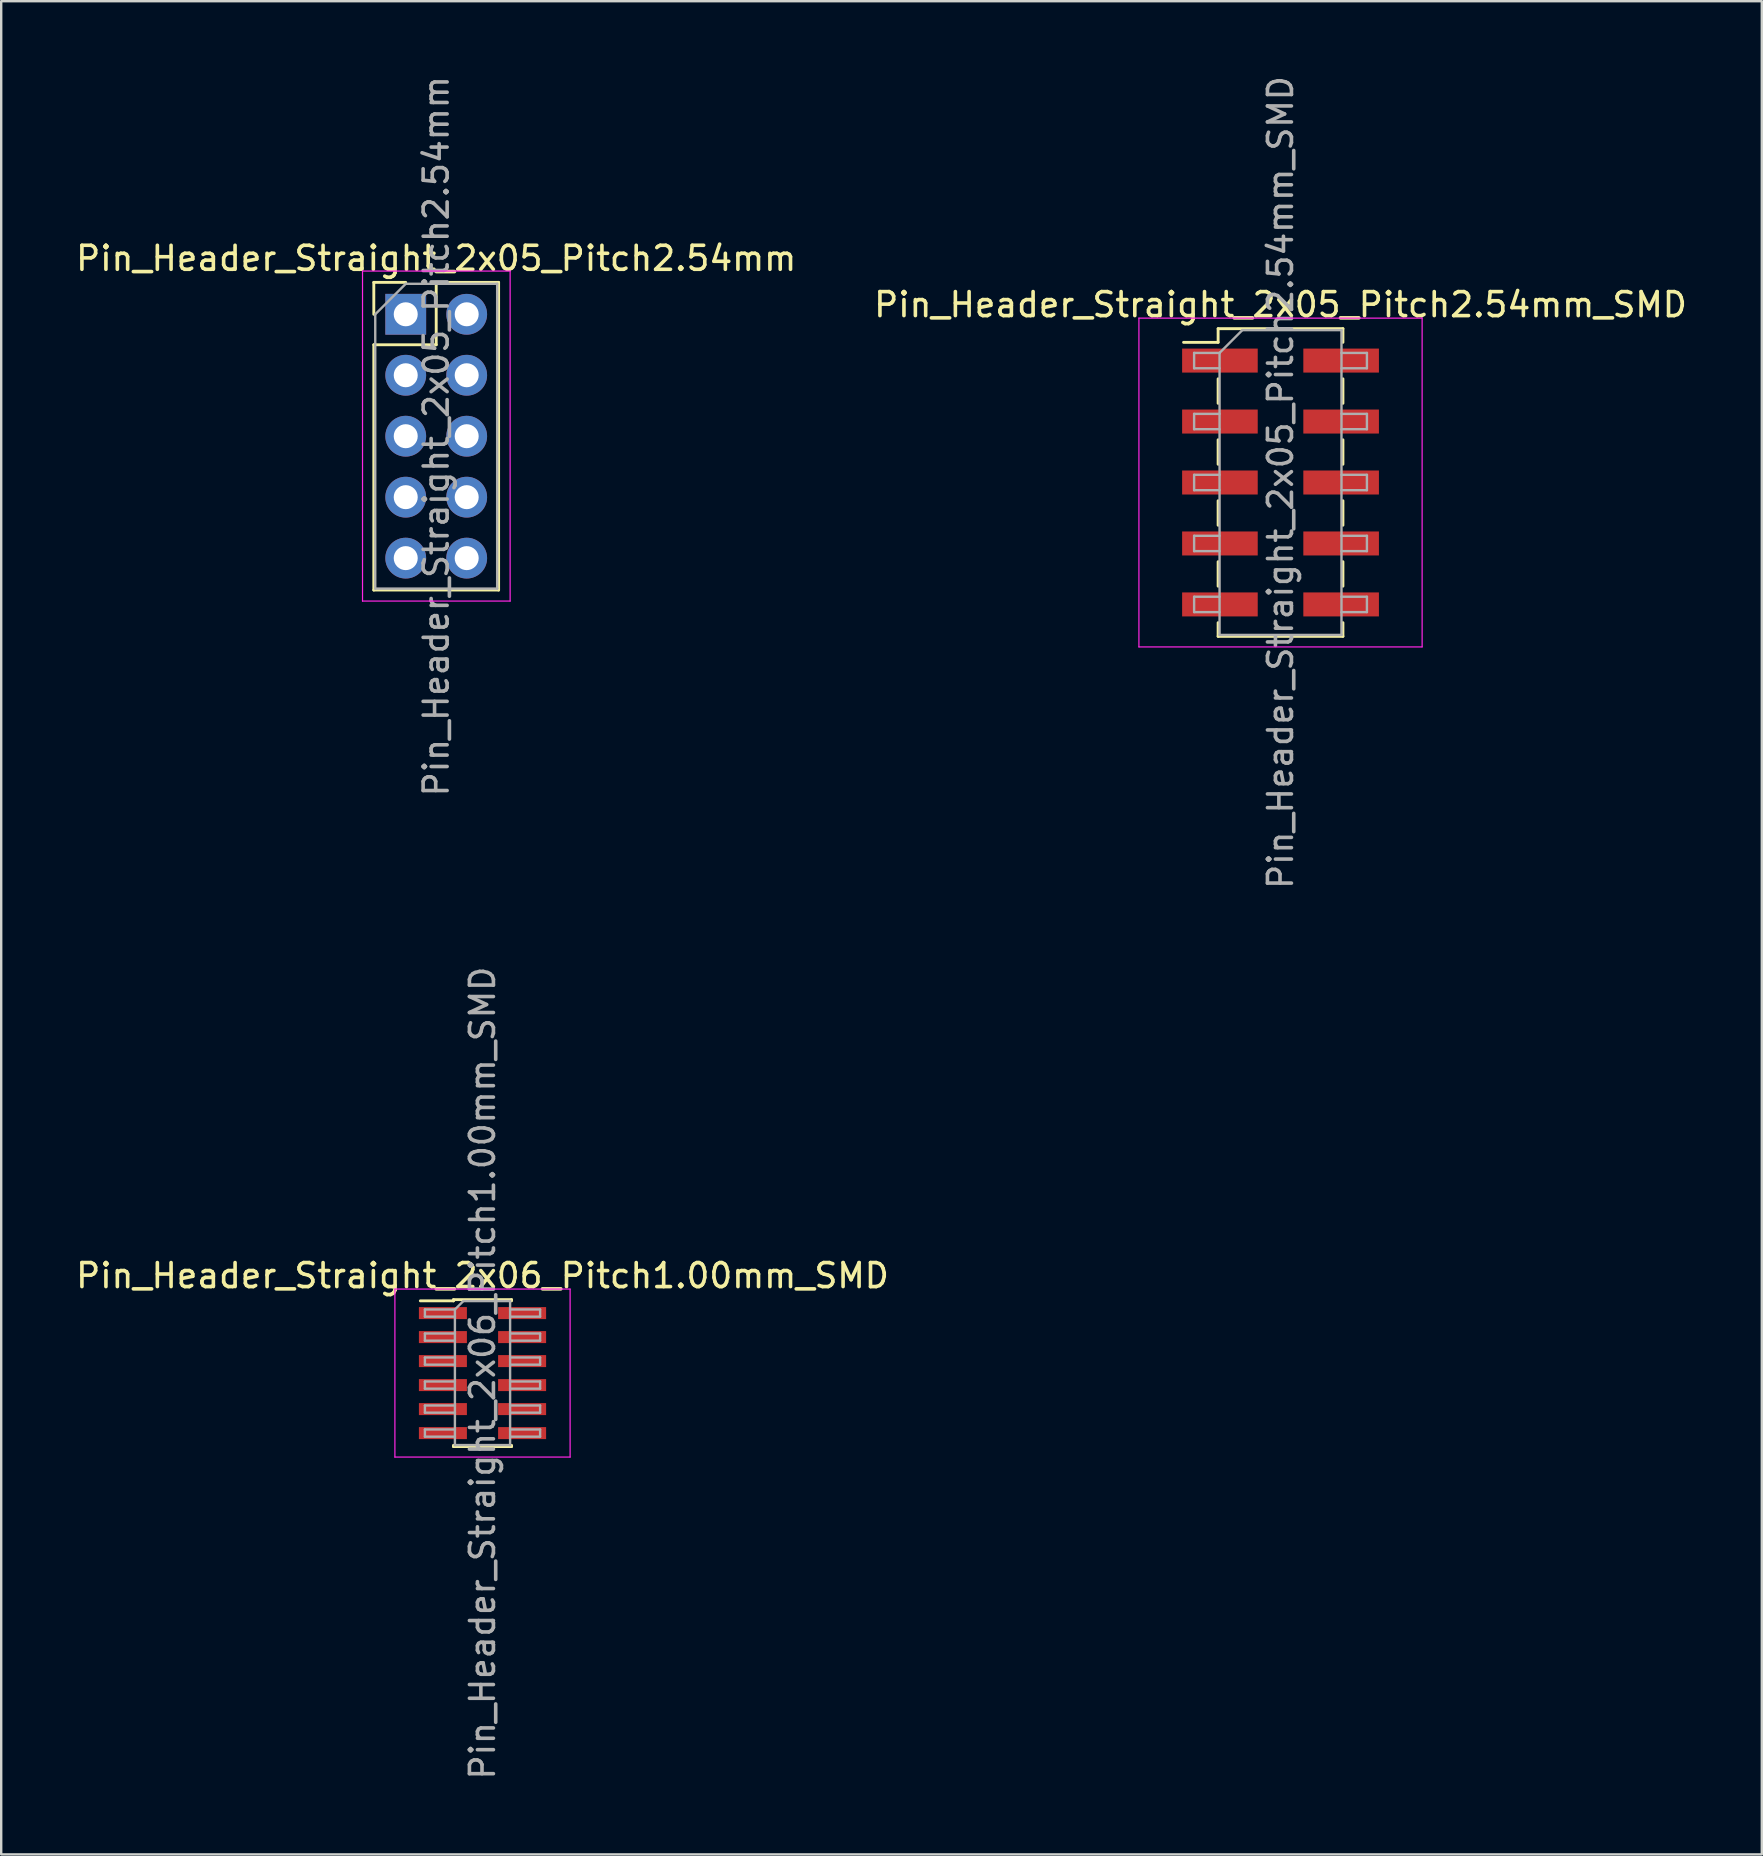
<source format=kicad_pcb>
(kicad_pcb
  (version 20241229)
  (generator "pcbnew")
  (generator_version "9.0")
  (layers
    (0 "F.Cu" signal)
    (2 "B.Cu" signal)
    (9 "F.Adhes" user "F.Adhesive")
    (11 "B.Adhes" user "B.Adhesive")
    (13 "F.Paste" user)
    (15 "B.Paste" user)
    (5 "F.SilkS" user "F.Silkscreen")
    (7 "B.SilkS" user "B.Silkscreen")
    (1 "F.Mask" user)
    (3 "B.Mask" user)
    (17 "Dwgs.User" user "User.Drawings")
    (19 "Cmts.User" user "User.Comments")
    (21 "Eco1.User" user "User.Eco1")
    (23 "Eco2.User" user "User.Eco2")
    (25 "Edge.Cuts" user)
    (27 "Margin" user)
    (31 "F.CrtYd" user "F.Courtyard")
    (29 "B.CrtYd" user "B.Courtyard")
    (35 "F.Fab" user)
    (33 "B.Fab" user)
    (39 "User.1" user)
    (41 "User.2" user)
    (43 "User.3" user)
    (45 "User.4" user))
  (footprint "Pin_Header_Straight_2x06_Pitch1.00mm_SMD"
    (layer "F.Cu")
    (at 17.054 54.161)
    (property "Reference" "Pin_Header_Straight_2x06_Pitch1.00mm_SMD" (at 0 -4.06 0) (layer "F.SilkS") (effects (font (size 1 1) (thickness 0.15))))
    (attr smd)
    (fp_line (start -2.59 -3.01) (end -1.21 -3.01) (stroke (width 0.12) (type solid)) (layer "F.SilkS"))
    (fp_line (start -1.21 -3.06) (end -1.21 -3.01) (stroke (width 0.12) (type solid)) (layer "F.SilkS"))
    (fp_line (start -1.21 -3.06) (end 1.21 -3.06) (stroke (width 0.12) (type solid)) (layer "F.SilkS"))
    (fp_line (start -1.21 3.01) (end -1.21 3.06) (stroke (width 0.12) (type solid)) (layer "F.SilkS"))
    (fp_line (start -1.21 3.06) (end 1.21 3.06) (stroke (width 0.12) (type solid)) (layer "F.SilkS"))
    (fp_line (start 1.21 -3.06) (end 1.21 -3.01) (stroke (width 0.12) (type solid)) (layer "F.SilkS"))
    (fp_line (start 1.21 3.01) (end 1.21 3.06) (stroke (width 0.12) (type solid)) (layer "F.SilkS"))
    (fp_line (start -3.65 -3.5) (end -3.65 3.5) (stroke (width 0.05) (type solid)) (layer "F.CrtYd"))
    (fp_line (start -3.65 3.5) (end 3.65 3.5) (stroke (width 0.05) (type solid)) (layer "F.CrtYd"))
    (fp_line (start 3.65 -3.5) (end -3.65 -3.5) (stroke (width 0.05) (type solid)) (layer "F.CrtYd"))
    (fp_line (start 3.65 3.5) (end 3.65 -3.5) (stroke (width 0.05) (type solid)) (layer "F.CrtYd"))
    (fp_line (start -2.4 -2.65) (end -2.4 -2.35) (stroke (width 0.1) (type solid)) (layer "F.Fab"))
    (fp_line (start -2.4 -2.35) (end -1.15 -2.35) (stroke (width 0.1) (type solid)) (layer "F.Fab"))
    (fp_line (start -2.4 -1.65) (end -2.4 -1.35) (stroke (width 0.1) (type solid)) (layer "F.Fab"))
    (fp_line (start -2.4 -1.35) (end -1.15 -1.35) (stroke (width 0.1) (type solid)) (layer "F.Fab"))
    (fp_line (start -2.4 -0.65) (end -2.4 -0.35) (stroke (width 0.1) (type solid)) (layer "F.Fab"))
    (fp_line (start -2.4 -0.35) (end -1.15 -0.35) (stroke (width 0.1) (type solid)) (layer "F.Fab"))
    (fp_line (start -2.4 0.35) (end -2.4 0.65) (stroke (width 0.1) (type solid)) (layer "F.Fab"))
    (fp_line (start -2.4 0.65) (end -1.15 0.65) (stroke (width 0.1) (type solid)) (layer "F.Fab"))
    (fp_line (start -2.4 1.35) (end -2.4 1.65) (stroke (width 0.1) (type solid)) (layer "F.Fab"))
    (fp_line (start -2.4 1.65) (end -1.15 1.65) (stroke (width 0.1) (type solid)) (layer "F.Fab"))
    (fp_line (start -2.4 2.35) (end -2.4 2.65) (stroke (width 0.1) (type solid)) (layer "F.Fab"))
    (fp_line (start -2.4 2.65) (end -1.15 2.65) (stroke (width 0.1) (type solid)) (layer "F.Fab"))
    (fp_line (start -1.15 -2.65) (end -2.4 -2.65) (stroke (width 0.1) (type solid)) (layer "F.Fab"))
    (fp_line (start -1.15 -2.65) (end -0.8 -3) (stroke (width 0.1) (type solid)) (layer "F.Fab"))
    (fp_line (start -1.15 -1.65) (end -2.4 -1.65) (stroke (width 0.1) (type solid)) (layer "F.Fab"))
    (fp_line (start -1.15 -0.65) (end -2.4 -0.65) (stroke (width 0.1) (type solid)) (layer "F.Fab"))
    (fp_line (start -1.15 0.35) (end -2.4 0.35) (stroke (width 0.1) (type solid)) (layer "F.Fab"))
    (fp_line (start -1.15 1.35) (end -2.4 1.35) (stroke (width 0.1) (type solid)) (layer "F.Fab"))
    (fp_line (start -1.15 2.35) (end -2.4 2.35) (stroke (width 0.1) (type solid)) (layer "F.Fab"))
    (fp_line (start -1.15 3) (end -1.15 -2.65) (stroke (width 0.1) (type solid)) (layer "F.Fab"))
    (fp_line (start -0.8 -3) (end 1.15 -3) (stroke (width 0.1) (type solid)) (layer "F.Fab"))
    (fp_line (start 1.15 -3) (end 1.15 3) (stroke (width 0.1) (type solid)) (layer "F.Fab"))
    (fp_line (start 1.15 -2.65) (end 2.4 -2.65) (stroke (width 0.1) (type solid)) (layer "F.Fab"))
    (fp_line (start 1.15 -1.65) (end 2.4 -1.65) (stroke (width 0.1) (type solid)) (layer "F.Fab"))
    (fp_line (start 1.15 -0.65) (end 2.4 -0.65) (stroke (width 0.1) (type solid)) (layer "F.Fab"))
    (fp_line (start 1.15 0.35) (end 2.4 0.35) (stroke (width 0.1) (type solid)) (layer "F.Fab"))
    (fp_line (start 1.15 1.35) (end 2.4 1.35) (stroke (width 0.1) (type solid)) (layer "F.Fab"))
    (fp_line (start 1.15 2.35) (end 2.4 2.35) (stroke (width 0.1) (type solid)) (layer "F.Fab"))
    (fp_line (start 1.15 3) (end -1.15 3) (stroke (width 0.1) (type solid)) (layer "F.Fab"))
    (fp_line (start 2.4 -2.65) (end 2.4 -2.35) (stroke (width 0.1) (type solid)) (layer "F.Fab"))
    (fp_line (start 2.4 -2.35) (end 1.15 -2.35) (stroke (width 0.1) (type solid)) (layer "F.Fab"))
    (fp_line (start 2.4 -1.65) (end 2.4 -1.35) (stroke (width 0.1) (type solid)) (layer "F.Fab"))
    (fp_line (start 2.4 -1.35) (end 1.15 -1.35) (stroke (width 0.1) (type solid)) (layer "F.Fab"))
    (fp_line (start 2.4 -0.65) (end 2.4 -0.35) (stroke (width 0.1) (type solid)) (layer "F.Fab"))
    (fp_line (start 2.4 -0.35) (end 1.15 -0.35) (stroke (width 0.1) (type solid)) (layer "F.Fab"))
    (fp_line (start 2.4 0.35) (end 2.4 0.65) (stroke (width 0.1) (type solid)) (layer "F.Fab"))
    (fp_line (start 2.4 0.65) (end 1.15 0.65) (stroke (width 0.1) (type solid)) (layer "F.Fab"))
    (fp_line (start 2.4 1.35) (end 2.4 1.65) (stroke (width 0.1) (type solid)) (layer "F.Fab"))
    (fp_line (start 2.4 1.65) (end 1.15 1.65) (stroke (width 0.1) (type solid)) (layer "F.Fab"))
    (fp_line (start 2.4 2.35) (end 2.4 2.65) (stroke (width 0.1) (type solid)) (layer "F.Fab"))
    (fp_line (start 2.4 2.65) (end 1.15 2.65) (stroke (width 0.1) (type solid)) (layer "F.Fab"))
    (fp_text user "${REFERENCE}" (at 0 0 90) (layer "F.Fab") (effects (font (size 1 1) (thickness 0.15))))
    (pad "1" smd rect (at -1.65 -2.5) (size 2 0.5) (layers "F.Cu" "F.Mask" "F.Paste"))
    (pad "2" smd rect (at 1.65 -2.5) (size 2 0.5) (layers "F.Cu" "F.Mask" "F.Paste"))
    (pad "3" smd rect (at -1.65 -1.5) (size 2 0.5) (layers "F.Cu" "F.Mask" "F.Paste"))
    (pad "4" smd rect (at 1.65 -1.5) (size 2 0.5) (layers "F.Cu" "F.Mask" "F.Paste"))
    (pad "5" smd rect (at -1.65 -0.5) (size 2 0.5) (layers "F.Cu" "F.Mask" "F.Paste"))
    (pad "6" smd rect (at 1.65 -0.5) (size 2 0.5) (layers "F.Cu" "F.Mask" "F.Paste"))
    (pad "7" smd rect (at -1.65 0.5) (size 2 0.5) (layers "F.Cu" "F.Mask" "F.Paste"))
    (pad "8" smd rect (at 1.65 0.5) (size 2 0.5) (layers "F.Cu" "F.Mask" "F.Paste"))
    (pad "9" smd rect (at -1.65 1.5) (size 2 0.5) (layers "F.Cu" "F.Mask" "F.Paste"))
    (pad "10" smd rect (at 1.65 1.5) (size 2 0.5) (layers "F.Cu" "F.Mask" "F.Paste"))
    (pad "11" smd rect (at -1.65 2.5) (size 2 0.5) (layers "F.Cu" "F.Mask" "F.Paste"))
    (pad "12" smd rect (at 1.65 2.5) (size 2 0.5) (layers "F.Cu" "F.Mask" "F.Paste")))
  (footprint "Pin_Header_Straight_2x05_Pitch2.54mm_SMD"
    (layer "F.Cu")
    (at 50.304 17.054)
    (property "Reference" "Pin_Header_Straight_2x05_Pitch2.54mm_SMD" (at 0 -7.41 0) (layer "F.SilkS") (effects (font (size 1 1) (thickness 0.15))))
    (attr smd)
    (fp_line (start -4.04 -5.84) (end -2.6 -5.84) (stroke (width 0.12) (type solid)) (layer "F.SilkS"))
    (fp_line (start -2.6 -6.41) (end -2.6 -5.84) (stroke (width 0.12) (type solid)) (layer "F.SilkS"))
    (fp_line (start -2.6 -6.41) (end 2.6 -6.41) (stroke (width 0.12) (type solid)) (layer "F.SilkS"))
    (fp_line (start -2.6 -4.32) (end -2.6 -3.3) (stroke (width 0.12) (type solid)) (layer "F.SilkS"))
    (fp_line (start -2.6 -1.78) (end -2.6 -0.76) (stroke (width 0.12) (type solid)) (layer "F.SilkS"))
    (fp_line (start -2.6 0.76) (end -2.6 1.78) (stroke (width 0.12) (type solid)) (layer "F.SilkS"))
    (fp_line (start -2.6 3.3) (end -2.6 4.32) (stroke (width 0.12) (type solid)) (layer "F.SilkS"))
    (fp_line (start -2.6 5.84) (end -2.6 6.41) (stroke (width 0.12) (type solid)) (layer "F.SilkS"))
    (fp_line (start -2.6 6.41) (end 2.6 6.41) (stroke (width 0.12) (type solid)) (layer "F.SilkS"))
    (fp_line (start 2.6 -6.41) (end 2.6 -5.84) (stroke (width 0.12) (type solid)) (layer "F.SilkS"))
    (fp_line (start 2.6 -4.32) (end 2.6 -3.3) (stroke (width 0.12) (type solid)) (layer "F.SilkS"))
    (fp_line (start 2.6 -1.78) (end 2.6 -0.76) (stroke (width 0.12) (type solid)) (layer "F.SilkS"))
    (fp_line (start 2.6 0.76) (end 2.6 1.78) (stroke (width 0.12) (type solid)) (layer "F.SilkS"))
    (fp_line (start 2.6 3.3) (end 2.6 4.32) (stroke (width 0.12) (type solid)) (layer "F.SilkS"))
    (fp_line (start 2.6 5.84) (end 2.6 6.41) (stroke (width 0.12) (type solid)) (layer "F.SilkS"))
    (fp_line (start -5.9 -6.85) (end -5.9 6.85) (stroke (width 0.05) (type solid)) (layer "F.CrtYd"))
    (fp_line (start -5.9 6.85) (end 5.9 6.85) (stroke (width 0.05) (type solid)) (layer "F.CrtYd"))
    (fp_line (start 5.9 -6.85) (end -5.9 -6.85) (stroke (width 0.05) (type solid)) (layer "F.CrtYd"))
    (fp_line (start 5.9 6.85) (end 5.9 -6.85) (stroke (width 0.05) (type solid)) (layer "F.CrtYd"))
    (fp_line (start -3.6 -5.4) (end -3.6 -4.76) (stroke (width 0.1) (type solid)) (layer "F.Fab"))
    (fp_line (start -3.6 -4.76) (end -2.54 -4.76) (stroke (width 0.1) (type solid)) (layer "F.Fab"))
    (fp_line (start -3.6 -2.86) (end -3.6 -2.22) (stroke (width 0.1) (type solid)) (layer "F.Fab"))
    (fp_line (start -3.6 -2.22) (end -2.54 -2.22) (stroke (width 0.1) (type solid)) (layer "F.Fab"))
    (fp_line (start -3.6 -0.32) (end -3.6 0.32) (stroke (width 0.1) (type solid)) (layer "F.Fab"))
    (fp_line (start -3.6 0.32) (end -2.54 0.32) (stroke (width 0.1) (type solid)) (layer "F.Fab"))
    (fp_line (start -3.6 2.22) (end -3.6 2.86) (stroke (width 0.1) (type solid)) (layer "F.Fab"))
    (fp_line (start -3.6 2.86) (end -2.54 2.86) (stroke (width 0.1) (type solid)) (layer "F.Fab"))
    (fp_line (start -3.6 4.76) (end -3.6 5.4) (stroke (width 0.1) (type solid)) (layer "F.Fab"))
    (fp_line (start -3.6 5.4) (end -2.54 5.4) (stroke (width 0.1) (type solid)) (layer "F.Fab"))
    (fp_line (start -2.54 -5.4) (end -3.6 -5.4) (stroke (width 0.1) (type solid)) (layer "F.Fab"))
    (fp_line (start -2.54 -5.4) (end -1.59 -6.35) (stroke (width 0.1) (type solid)) (layer "F.Fab"))
    (fp_line (start -2.54 -2.86) (end -3.6 -2.86) (stroke (width 0.1) (type solid)) (layer "F.Fab"))
    (fp_line (start -2.54 -0.32) (end -3.6 -0.32) (stroke (width 0.1) (type solid)) (layer "F.Fab"))
    (fp_line (start -2.54 2.22) (end -3.6 2.22) (stroke (width 0.1) (type solid)) (layer "F.Fab"))
    (fp_line (start -2.54 4.76) (end -3.6 4.76) (stroke (width 0.1) (type solid)) (layer "F.Fab"))
    (fp_line (start -2.54 6.35) (end -2.54 -5.4) (stroke (width 0.1) (type solid)) (layer "F.Fab"))
    (fp_line (start -1.59 -6.35) (end 2.54 -6.35) (stroke (width 0.1) (type solid)) (layer "F.Fab"))
    (fp_line (start 2.54 -6.35) (end 2.54 6.35) (stroke (width 0.1) (type solid)) (layer "F.Fab"))
    (fp_line (start 2.54 -5.4) (end 3.6 -5.4) (stroke (width 0.1) (type solid)) (layer "F.Fab"))
    (fp_line (start 2.54 -2.86) (end 3.6 -2.86) (stroke (width 0.1) (type solid)) (layer "F.Fab"))
    (fp_line (start 2.54 -0.32) (end 3.6 -0.32) (stroke (width 0.1) (type solid)) (layer "F.Fab"))
    (fp_line (start 2.54 2.22) (end 3.6 2.22) (stroke (width 0.1) (type solid)) (layer "F.Fab"))
    (fp_line (start 2.54 4.76) (end 3.6 4.76) (stroke (width 0.1) (type solid)) (layer "F.Fab"))
    (fp_line (start 2.54 6.35) (end -2.54 6.35) (stroke (width 0.1) (type solid)) (layer "F.Fab"))
    (fp_line (start 3.6 -5.4) (end 3.6 -4.76) (stroke (width 0.1) (type solid)) (layer "F.Fab"))
    (fp_line (start 3.6 -4.76) (end 2.54 -4.76) (stroke (width 0.1) (type solid)) (layer "F.Fab"))
    (fp_line (start 3.6 -2.86) (end 3.6 -2.22) (stroke (width 0.1) (type solid)) (layer "F.Fab"))
    (fp_line (start 3.6 -2.22) (end 2.54 -2.22) (stroke (width 0.1) (type solid)) (layer "F.Fab"))
    (fp_line (start 3.6 -0.32) (end 3.6 0.32) (stroke (width 0.1) (type solid)) (layer "F.Fab"))
    (fp_line (start 3.6 0.32) (end 2.54 0.32) (stroke (width 0.1) (type solid)) (layer "F.Fab"))
    (fp_line (start 3.6 2.22) (end 3.6 2.86) (stroke (width 0.1) (type solid)) (layer "F.Fab"))
    (fp_line (start 3.6 2.86) (end 2.54 2.86) (stroke (width 0.1) (type solid)) (layer "F.Fab"))
    (fp_line (start 3.6 4.76) (end 3.6 5.4) (stroke (width 0.1) (type solid)) (layer "F.Fab"))
    (fp_line (start 3.6 5.4) (end 2.54 5.4) (stroke (width 0.1) (type solid)) (layer "F.Fab"))
    (fp_text user "${REFERENCE}" (at 0 0 90) (layer "F.Fab") (effects (font (size 1 1) (thickness 0.15))))
    (pad "1" smd rect (at -2.525 -5.08) (size 3.15 1) (layers "F.Cu" "F.Mask" "F.Paste"))
    (pad "2" smd rect (at 2.525 -5.08) (size 3.15 1) (layers "F.Cu" "F.Mask" "F.Paste"))
    (pad "3" smd rect (at -2.525 -2.54) (size 3.15 1) (layers "F.Cu" "F.Mask" "F.Paste"))
    (pad "4" smd rect (at 2.525 -2.54) (size 3.15 1) (layers "F.Cu" "F.Mask" "F.Paste"))
    (pad "5" smd rect (at -2.525 0) (size 3.15 1) (layers "F.Cu" "F.Mask" "F.Paste"))
    (pad "6" smd rect (at 2.525 0) (size 3.15 1) (layers "F.Cu" "F.Mask" "F.Paste"))
    (pad "7" smd rect (at -2.525 2.54) (size 3.15 1) (layers "F.Cu" "F.Mask" "F.Paste"))
    (pad "8" smd rect (at 2.525 2.54) (size 3.15 1) (layers "F.Cu" "F.Mask" "F.Paste"))
    (pad "9" smd rect (at -2.525 5.08) (size 3.15 1) (layers "F.Cu" "F.Mask" "F.Paste"))
    (pad "10" smd rect (at 2.525 5.08) (size 3.15 1) (layers "F.Cu" "F.Mask" "F.Paste")))
  (footprint "Pin_Header_Straight_2x05_Pitch2.54mm"
    (layer "F.Cu")
    (at 13.855 10.045)
    (property "Reference" "Pin_Header_Straight_2x05_Pitch2.54mm" (at 1.27 -2.33 0) (layer "F.SilkS") (effects (font (size 1 1) (thickness 0.15))))
    (attr through_hole)
    (fp_line (start -1.33 -1.33) (end 0 -1.33) (stroke (width 0.12) (type solid)) (layer "F.SilkS"))
    (fp_line (start -1.33 0) (end -1.33 -1.33) (stroke (width 0.12) (type solid)) (layer "F.SilkS"))
    (fp_line (start -1.33 1.27) (end -1.33 11.49) (stroke (width 0.12) (type solid)) (layer "F.SilkS"))
    (fp_line (start -1.33 1.27) (end 1.27 1.27) (stroke (width 0.12) (type solid)) (layer "F.SilkS"))
    (fp_line (start -1.33 11.49) (end 3.87 11.49) (stroke (width 0.12) (type solid)) (layer "F.SilkS"))
    (fp_line (start 1.27 -1.33) (end 3.87 -1.33) (stroke (width 0.12) (type solid)) (layer "F.SilkS"))
    (fp_line (start 1.27 1.27) (end 1.27 -1.33) (stroke (width 0.12) (type solid)) (layer "F.SilkS"))
    (fp_line (start 3.87 -1.33) (end 3.87 11.49) (stroke (width 0.12) (type solid)) (layer "F.SilkS"))
    (fp_line (start -1.8 -1.8) (end -1.8 11.95) (stroke (width 0.05) (type solid)) (layer "F.CrtYd"))
    (fp_line (start -1.8 11.95) (end 4.35 11.95) (stroke (width 0.05) (type solid)) (layer "F.CrtYd"))
    (fp_line (start 4.35 -1.8) (end -1.8 -1.8) (stroke (width 0.05) (type solid)) (layer "F.CrtYd"))
    (fp_line (start 4.35 11.95) (end 4.35 -1.8) (stroke (width 0.05) (type solid)) (layer "F.CrtYd"))
    (fp_line (start -1.27 0) (end 0 -1.27) (stroke (width 0.1) (type solid)) (layer "F.Fab"))
    (fp_line (start -1.27 11.43) (end -1.27 0) (stroke (width 0.1) (type solid)) (layer "F.Fab"))
    (fp_line (start 0 -1.27) (end 3.81 -1.27) (stroke (width 0.1) (type solid)) (layer "F.Fab"))
    (fp_line (start 3.81 -1.27) (end 3.81 11.43) (stroke (width 0.1) (type solid)) (layer "F.Fab"))
    (fp_line (start 3.81 11.43) (end -1.27 11.43) (stroke (width 0.1) (type solid)) (layer "F.Fab"))
    (fp_text user "${REFERENCE}" (at 1.27 5.08 90) (layer "F.Fab") (effects (font (size 1 1) (thickness 0.15))))
    (pad "1" thru_hole rect (at 0 0) (size 1.7 1.7) (drill 1) (layers "*.Cu" "*.Mask"))
    (pad "2" thru_hole oval (at 2.54 0) (size 1.7 1.7) (drill 1) (layers "*.Cu" "*.Mask"))
    (pad "3" thru_hole oval (at 0 2.54) (size 1.7 1.7) (drill 1) (layers "*.Cu" "*.Mask"))
    (pad "4" thru_hole oval (at 2.54 2.54) (size 1.7 1.7) (drill 1) (layers "*.Cu" "*.Mask"))
    (pad "5" thru_hole oval (at 0 5.08) (size 1.7 1.7) (drill 1) (layers "*.Cu" "*.Mask"))
    (pad "6" thru_hole oval (at 2.54 5.08) (size 1.7 1.7) (drill 1) (layers "*.Cu" "*.Mask"))
    (pad "7" thru_hole oval (at 0 7.62) (size 1.7 1.7) (drill 1) (layers "*.Cu" "*.Mask"))
    (pad "8" thru_hole oval (at 2.54 7.62) (size 1.7 1.7) (drill 1) (layers "*.Cu" "*.Mask"))
    (pad "9" thru_hole oval (at 0 10.16) (size 1.7 1.7) (drill 1) (layers "*.Cu" "*.Mask"))
    (pad "10" thru_hole oval (at 2.54 10.16) (size 1.7 1.7) (drill 1) (layers "*.Cu" "*.Mask")))
  (gr_rect
    (start -3 -3)
    (end 70.357 74.214)
    (stroke (width 0.1) (type default))
    (fill no)
    (layer "Edge.Cuts")))
</source>
